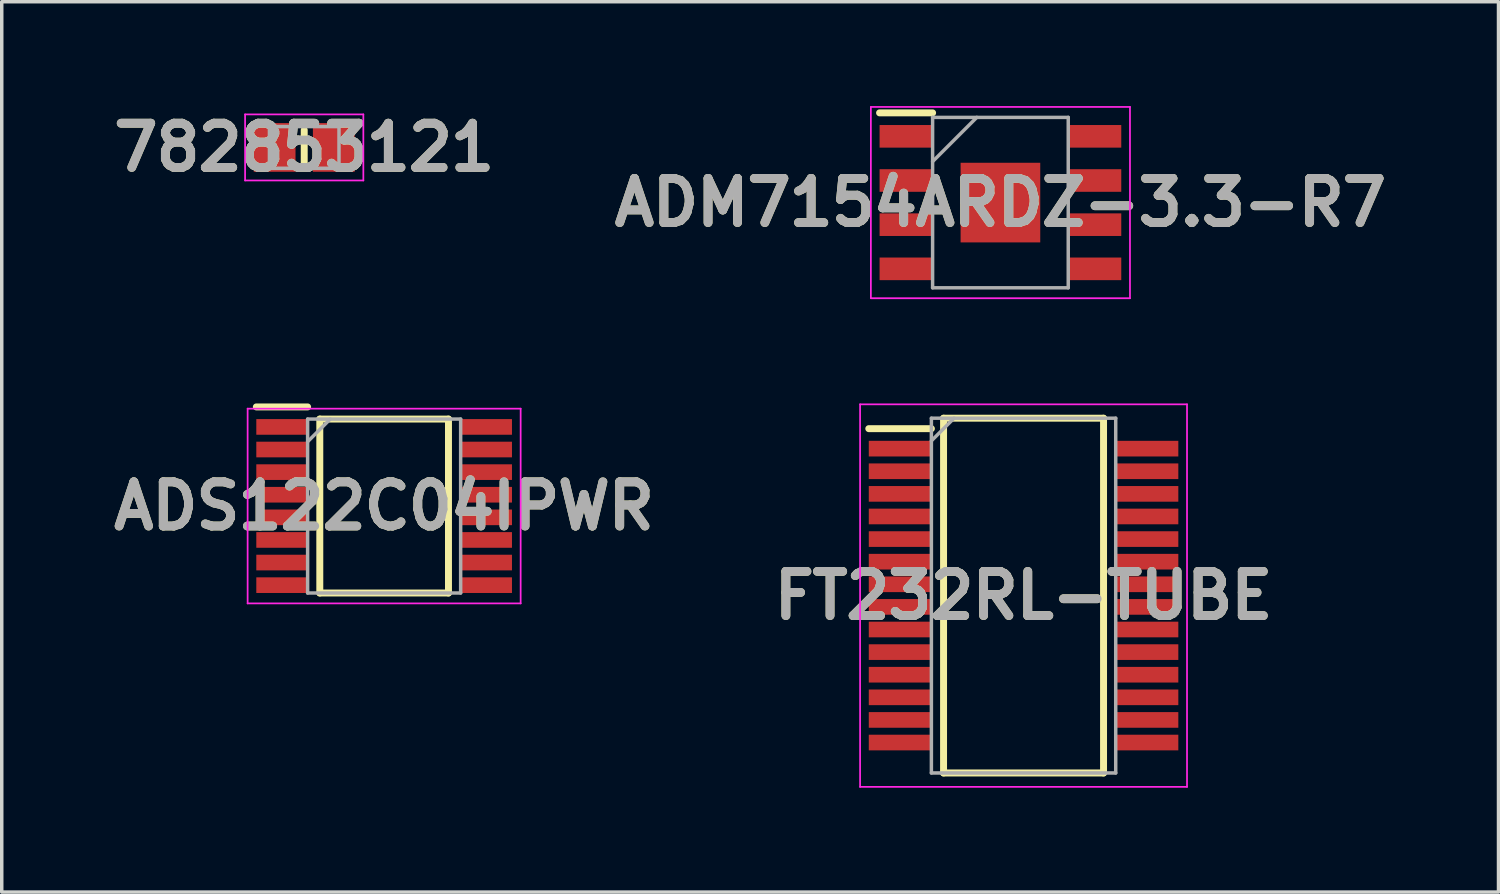
<source format=kicad_pcb>
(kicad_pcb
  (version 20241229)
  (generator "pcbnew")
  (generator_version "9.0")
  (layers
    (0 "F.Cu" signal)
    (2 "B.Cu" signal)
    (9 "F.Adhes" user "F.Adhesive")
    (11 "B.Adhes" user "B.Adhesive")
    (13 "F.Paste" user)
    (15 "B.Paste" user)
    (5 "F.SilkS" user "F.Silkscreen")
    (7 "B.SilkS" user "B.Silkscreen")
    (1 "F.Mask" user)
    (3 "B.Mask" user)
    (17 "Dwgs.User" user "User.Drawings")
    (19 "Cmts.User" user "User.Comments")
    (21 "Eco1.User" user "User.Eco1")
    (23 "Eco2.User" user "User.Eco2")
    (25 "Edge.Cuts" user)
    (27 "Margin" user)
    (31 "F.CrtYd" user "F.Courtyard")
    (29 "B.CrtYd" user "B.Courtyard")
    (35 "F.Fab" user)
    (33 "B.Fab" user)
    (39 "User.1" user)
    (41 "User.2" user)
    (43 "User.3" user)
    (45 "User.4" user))
  (footprint "782853121"
    (layer "F.Cu")
    (at 5.697 1.189)
    (property "Reference" "782853121" (at 0 0 0) (layer "F.SilkS") (effects (font (size 1.27 1.27) (thickness 0.254))))
    (attr smd)
    (fp_line (start 0 -0.5) (end 0 0.5) (stroke (width 0.2) (type solid)) (layer "F.SilkS"))
    (fp_line (start -1.7 -0.95) (end 1.7 -0.95) (stroke (width 0.05) (type solid)) (layer "F.CrtYd"))
    (fp_line (start -1.7 0.95) (end -1.7 -0.95) (stroke (width 0.05) (type solid)) (layer "F.CrtYd"))
    (fp_line (start 1.7 -0.95) (end 1.7 0.95) (stroke (width 0.05) (type solid)) (layer "F.CrtYd"))
    (fp_line (start 1.7 0.95) (end -1.7 0.95) (stroke (width 0.05) (type solid)) (layer "F.CrtYd"))
    (fp_line (start -1 -0.6) (end 1 -0.6) (stroke (width 0.1) (type solid)) (layer "F.Fab"))
    (fp_line (start -1 0.6) (end -1 -0.6) (stroke (width 0.1) (type solid)) (layer "F.Fab"))
    (fp_line (start 1 -0.6) (end 1 0.6) (stroke (width 0.1) (type solid)) (layer "F.Fab"))
    (fp_line (start 1 0.6) (end -1 0.6) (stroke (width 0.1) (type solid)) (layer "F.Fab"))
    (fp_text user "${REFERENCE}" (at 0 0 0) (layer "F.Fab") (effects (font (size 1.27 1.27) (thickness 0.254))))
    (pad "1" smd rect (at -0.85 0) (size 1.2 1.4) (layers "F.Cu" "F.Mask" "F.Paste"))
    (pad "2" smd rect (at 0.85 0) (size 1.2 1.4) (layers "F.Cu" "F.Mask" "F.Paste")))
  (footprint "ADM7154ARDZ-3.3-R7"
    (layer "F.Cu")
    (at 25.715 2.775)
    (property "Reference" "ADM7154ARDZ-3.3-R7" (at 0 0 0) (layer "F.SilkS") (effects (font (size 1.27 1.27) (thickness 0.254))))
    (attr smd)
    (fp_line (start -3.475 -2.58) (end -1.95 -2.58) (stroke (width 0.2) (type solid)) (layer "F.SilkS"))
    (fp_line (start -3.725 -2.75) (end 3.725 -2.75) (stroke (width 0.05) (type solid)) (layer "F.CrtYd"))
    (fp_line (start -3.725 2.75) (end -3.725 -2.75) (stroke (width 0.05) (type solid)) (layer "F.CrtYd"))
    (fp_line (start 3.725 -2.75) (end 3.725 2.75) (stroke (width 0.05) (type solid)) (layer "F.CrtYd"))
    (fp_line (start 3.725 2.75) (end -3.725 2.75) (stroke (width 0.05) (type solid)) (layer "F.CrtYd"))
    (fp_line (start -1.95 -2.45) (end 1.95 -2.45) (stroke (width 0.1) (type solid)) (layer "F.Fab"))
    (fp_line (start -1.95 -1.18) (end -0.68 -2.45) (stroke (width 0.1) (type solid)) (layer "F.Fab"))
    (fp_line (start -1.95 2.45) (end -1.95 -2.45) (stroke (width 0.1) (type solid)) (layer "F.Fab"))
    (fp_line (start 1.95 -2.45) (end 1.95 2.45) (stroke (width 0.1) (type solid)) (layer "F.Fab"))
    (fp_line (start 1.95 2.45) (end -1.95 2.45) (stroke (width 0.1) (type solid)) (layer "F.Fab"))
    (fp_text user "${REFERENCE}" (at 0 0 0) (layer "F.Fab") (effects (font (size 1.27 1.27) (thickness 0.254))))
    (pad "1" smd rect (at -2.712 -1.905 90) (size 0.65 1.525) (layers "F.Cu" "F.Mask" "F.Paste"))
    (pad "2" smd rect (at -2.712 -0.635 90) (size 0.65 1.525) (layers "F.Cu" "F.Mask" "F.Paste"))
    (pad "3" smd rect (at -2.712 0.635 90) (size 0.65 1.525) (layers "F.Cu" "F.Mask" "F.Paste"))
    (pad "4" smd rect (at -2.712 1.905 90) (size 0.65 1.525) (layers "F.Cu" "F.Mask" "F.Paste"))
    (pad "5" smd rect (at 2.712 1.905 90) (size 0.65 1.525) (layers "F.Cu" "F.Mask" "F.Paste"))
    (pad "6" smd rect (at 2.712 0.635 90) (size 0.65 1.525) (layers "F.Cu" "F.Mask" "F.Paste"))
    (pad "7" smd rect (at 2.712 -0.635 90) (size 0.65 1.525) (layers "F.Cu" "F.Mask" "F.Paste"))
    (pad "8" smd rect (at 2.712 -1.905 90) (size 0.65 1.525) (layers "F.Cu" "F.Mask" "F.Paste"))
    (pad "9" smd rect (at 0 0) (size 2.29 2.29) (layers "F.Cu" "F.Mask" "F.Paste")))
  (footprint "FT232RL-TUBE"
    (layer "F.Cu")
    (at 26.38 14.075)
    (property "Reference" "FT232RL-TUBE" (at 0 0 0) (layer "F.SilkS") (effects (font (size 1.27 1.27) (thickness 0.254))))
    (attr smd)
    (fp_line (start -4.45 -4.8) (end -2.65 -4.8) (stroke (width 0.2) (type solid)) (layer "F.SilkS"))
    (fp_line (start -2.3 -5.1) (end 2.3 -5.1) (stroke (width 0.2) (type solid)) (layer "F.SilkS"))
    (fp_line (start -2.3 5.1) (end -2.3 -5.1) (stroke (width 0.2) (type solid)) (layer "F.SilkS"))
    (fp_line (start 2.3 -5.1) (end 2.3 5.1) (stroke (width 0.2) (type solid)) (layer "F.SilkS"))
    (fp_line (start 2.3 5.1) (end -2.3 5.1) (stroke (width 0.2) (type solid)) (layer "F.SilkS"))
    (fp_line (start -4.7 -5.5) (end 4.7 -5.5) (stroke (width 0.05) (type solid)) (layer "F.CrtYd"))
    (fp_line (start -4.7 5.5) (end -4.7 -5.5) (stroke (width 0.05) (type solid)) (layer "F.CrtYd"))
    (fp_line (start 4.7 -5.5) (end 4.7 5.5) (stroke (width 0.05) (type solid)) (layer "F.CrtYd"))
    (fp_line (start 4.7 5.5) (end -4.7 5.5) (stroke (width 0.05) (type solid)) (layer "F.CrtYd"))
    (fp_line (start -2.65 -5.1) (end 2.65 -5.1) (stroke (width 0.1) (type solid)) (layer "F.Fab"))
    (fp_line (start -2.65 -4.45) (end -2 -5.1) (stroke (width 0.1) (type solid)) (layer "F.Fab"))
    (fp_line (start -2.65 5.1) (end -2.65 -5.1) (stroke (width 0.1) (type solid)) (layer "F.Fab"))
    (fp_line (start 2.65 -5.1) (end 2.65 5.1) (stroke (width 0.1) (type solid)) (layer "F.Fab"))
    (fp_line (start 2.65 5.1) (end -2.65 5.1) (stroke (width 0.1) (type solid)) (layer "F.Fab"))
    (fp_text user "${REFERENCE}" (at 0 0 0) (layer "F.Fab") (effects (font (size 1.27 1.27) (thickness 0.254))))
    (pad "1" smd rect (at -3.55 -4.225 90) (size 0.45 1.8) (layers "F.Cu" "F.Mask" "F.Paste"))
    (pad "2" smd rect (at -3.55 -3.575 90) (size 0.45 1.8) (layers "F.Cu" "F.Mask" "F.Paste"))
    (pad "3" smd rect (at -3.55 -2.925 90) (size 0.45 1.8) (layers "F.Cu" "F.Mask" "F.Paste"))
    (pad "4" smd rect (at -3.55 -2.275 90) (size 0.45 1.8) (layers "F.Cu" "F.Mask" "F.Paste"))
    (pad "5" smd rect (at -3.55 -1.625 90) (size 0.45 1.8) (layers "F.Cu" "F.Mask" "F.Paste"))
    (pad "6" smd rect (at -3.55 -0.975 90) (size 0.45 1.8) (layers "F.Cu" "F.Mask" "F.Paste"))
    (pad "7" smd rect (at -3.55 -0.325 90) (size 0.45 1.8) (layers "F.Cu" "F.Mask" "F.Paste"))
    (pad "8" smd rect (at -3.55 0.325 90) (size 0.45 1.8) (layers "F.Cu" "F.Mask" "F.Paste"))
    (pad "9" smd rect (at -3.55 0.975 90) (size 0.45 1.8) (layers "F.Cu" "F.Mask" "F.Paste"))
    (pad "10" smd rect (at -3.55 1.625 90) (size 0.45 1.8) (layers "F.Cu" "F.Mask" "F.Paste"))
    (pad "11" smd rect (at -3.55 2.275 90) (size 0.45 1.8) (layers "F.Cu" "F.Mask" "F.Paste"))
    (pad "12" smd rect (at -3.55 2.925 90) (size 0.45 1.8) (layers "F.Cu" "F.Mask" "F.Paste"))
    (pad "13" smd rect (at -3.55 3.575 90) (size 0.45 1.8) (layers "F.Cu" "F.Mask" "F.Paste"))
    (pad "14" smd rect (at -3.55 4.225 90) (size 0.45 1.8) (layers "F.Cu" "F.Mask" "F.Paste"))
    (pad "15" smd rect (at 3.55 4.225 90) (size 0.45 1.8) (layers "F.Cu" "F.Mask" "F.Paste"))
    (pad "16" smd rect (at 3.55 3.575 90) (size 0.45 1.8) (layers "F.Cu" "F.Mask" "F.Paste"))
    (pad "17" smd rect (at 3.55 2.925 90) (size 0.45 1.8) (layers "F.Cu" "F.Mask" "F.Paste"))
    (pad "18" smd rect (at 3.55 2.275 90) (size 0.45 1.8) (layers "F.Cu" "F.Mask" "F.Paste"))
    (pad "19" smd rect (at 3.55 1.625 90) (size 0.45 1.8) (layers "F.Cu" "F.Mask" "F.Paste"))
    (pad "20" smd rect (at 3.55 0.975 90) (size 0.45 1.8) (layers "F.Cu" "F.Mask" "F.Paste"))
    (pad "21" smd rect (at 3.55 0.325 90) (size 0.45 1.8) (layers "F.Cu" "F.Mask" "F.Paste"))
    (pad "22" smd rect (at 3.55 -0.325 90) (size 0.45 1.8) (layers "F.Cu" "F.Mask" "F.Paste"))
    (pad "23" smd rect (at 3.55 -0.975 90) (size 0.45 1.8) (layers "F.Cu" "F.Mask" "F.Paste"))
    (pad "24" smd rect (at 3.55 -1.625 90) (size 0.45 1.8) (layers "F.Cu" "F.Mask" "F.Paste"))
    (pad "25" smd rect (at 3.55 -2.275 90) (size 0.45 1.8) (layers "F.Cu" "F.Mask" "F.Paste"))
    (pad "26" smd rect (at 3.55 -2.925 90) (size 0.45 1.8) (layers "F.Cu" "F.Mask" "F.Paste"))
    (pad "27" smd rect (at 3.55 -3.575 90) (size 0.45 1.8) (layers "F.Cu" "F.Mask" "F.Paste"))
    (pad "28" smd rect (at 3.55 -4.225 90) (size 0.45 1.8) (layers "F.Cu" "F.Mask" "F.Paste")))
  (footprint "ADS122C04IPWR"
    (layer "F.Cu")
    (at 7.995 11.5)
    (property "Reference" "ADS122C04IPWR" (at 0 0 0) (layer "F.SilkS") (effects (font (size 1.27 1.27) (thickness 0.254))))
    (attr smd)
    (fp_line (start -3.675 -2.85) (end -2.2 -2.85) (stroke (width 0.2) (type solid)) (layer "F.SilkS"))
    (fp_line (start -1.85 -2.5) (end 1.85 -2.5) (stroke (width 0.2) (type solid)) (layer "F.SilkS"))
    (fp_line (start -1.85 2.5) (end -1.85 -2.5) (stroke (width 0.2) (type solid)) (layer "F.SilkS"))
    (fp_line (start 1.85 -2.5) (end 1.85 2.5) (stroke (width 0.2) (type solid)) (layer "F.SilkS"))
    (fp_line (start 1.85 2.5) (end -1.85 2.5) (stroke (width 0.2) (type solid)) (layer "F.SilkS"))
    (fp_line (start -3.925 -2.8) (end 3.925 -2.8) (stroke (width 0.05) (type solid)) (layer "F.CrtYd"))
    (fp_line (start -3.925 2.8) (end -3.925 -2.8) (stroke (width 0.05) (type solid)) (layer "F.CrtYd"))
    (fp_line (start 3.925 -2.8) (end 3.925 2.8) (stroke (width 0.05) (type solid)) (layer "F.CrtYd"))
    (fp_line (start 3.925 2.8) (end -3.925 2.8) (stroke (width 0.05) (type solid)) (layer "F.CrtYd"))
    (fp_line (start -2.2 -2.5) (end 2.2 -2.5) (stroke (width 0.1) (type solid)) (layer "F.Fab"))
    (fp_line (start -2.2 -1.85) (end -1.55 -2.5) (stroke (width 0.1) (type solid)) (layer "F.Fab"))
    (fp_line (start -2.2 2.5) (end -2.2 -2.5) (stroke (width 0.1) (type solid)) (layer "F.Fab"))
    (fp_line (start 2.2 -2.5) (end 2.2 2.5) (stroke (width 0.1) (type solid)) (layer "F.Fab"))
    (fp_line (start 2.2 2.5) (end -2.2 2.5) (stroke (width 0.1) (type solid)) (layer "F.Fab"))
    (fp_text user "${REFERENCE}" (at 0 0 0) (layer "F.Fab") (effects (font (size 1.27 1.27) (thickness 0.254))))
    (pad "1" smd rect (at -2.938 -2.275 90) (size 0.45 1.475) (layers "F.Cu" "F.Mask" "F.Paste"))
    (pad "2" smd rect (at -2.938 -1.625 90) (size 0.45 1.475) (layers "F.Cu" "F.Mask" "F.Paste"))
    (pad "3" smd rect (at -2.938 -0.975 90) (size 0.45 1.475) (layers "F.Cu" "F.Mask" "F.Paste"))
    (pad "4" smd rect (at -2.938 -0.325 90) (size 0.45 1.475) (layers "F.Cu" "F.Mask" "F.Paste"))
    (pad "5" smd rect (at -2.938 0.325 90) (size 0.45 1.475) (layers "F.Cu" "F.Mask" "F.Paste"))
    (pad "6" smd rect (at -2.938 0.975 90) (size 0.45 1.475) (layers "F.Cu" "F.Mask" "F.Paste"))
    (pad "7" smd rect (at -2.938 1.625 90) (size 0.45 1.475) (layers "F.Cu" "F.Mask" "F.Paste"))
    (pad "8" smd rect (at -2.938 2.275 90) (size 0.45 1.475) (layers "F.Cu" "F.Mask" "F.Paste"))
    (pad "9" smd rect (at 2.938 2.275 90) (size 0.45 1.475) (layers "F.Cu" "F.Mask" "F.Paste"))
    (pad "10" smd rect (at 2.938 1.625 90) (size 0.45 1.475) (layers "F.Cu" "F.Mask" "F.Paste"))
    (pad "11" smd rect (at 2.938 0.975 90) (size 0.45 1.475) (layers "F.Cu" "F.Mask" "F.Paste"))
    (pad "12" smd rect (at 2.938 0.325 90) (size 0.45 1.475) (layers "F.Cu" "F.Mask" "F.Paste"))
    (pad "13" smd rect (at 2.938 -0.325 90) (size 0.45 1.475) (layers "F.Cu" "F.Mask" "F.Paste"))
    (pad "14" smd rect (at 2.938 -0.975 90) (size 0.45 1.475) (layers "F.Cu" "F.Mask" "F.Paste"))
    (pad "15" smd rect (at 2.938 -1.625 90) (size 0.45 1.475) (layers "F.Cu" "F.Mask" "F.Paste"))
    (pad "16" smd rect (at 2.938 -2.275 90) (size 0.45 1.475) (layers "F.Cu" "F.Mask" "F.Paste")))
  (gr_rect
    (start -3 -3)
    (end 40.036 22.6)
    (stroke (width 0.1) (type default))
    (fill no)
    (layer "Edge.Cuts")))
</source>
